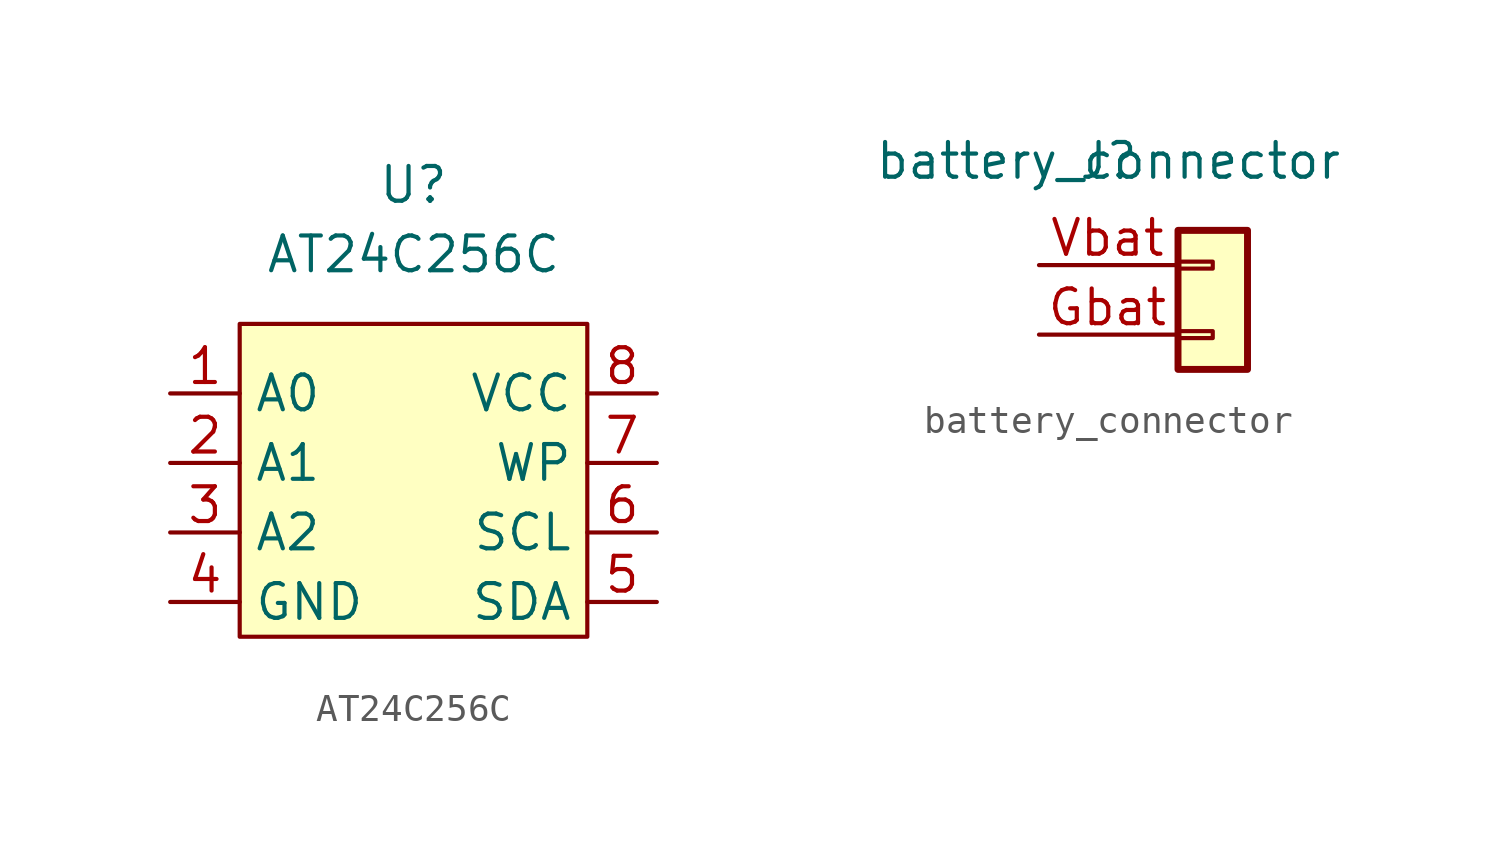
<source format=kicad_sym>
(kicad_symbol_lib
  (version 20211014)
  (generator kicad_symbol_editor)
  (symbol "AT24C256C"
    (property "Reference" "U"
      (at 0 5.08 0)
      (effects (font (size 1.27 1.27))))
    (property "Value" "AT24C256C"
      (at 0 2.54 0)
      (effects (font (size 1.27 1.27))))
    (symbol "AT24C256C_0_1"
      (rectangle (start -6.35 0) (end 6.35 -11.43) (stroke (width 0) (type default) (color 0 0 0 0)) (fill (type background))))
    (symbol "AT24C256C_1_1"
      (pin bidirectional line (at -8.89 -2.54 0) (length 2.54) (name "A0" (effects (font (size 1.27 1.27)))) (number "1" (effects (font (size 1.27 1.27)))))
      (pin bidirectional line (at -8.89 -5.08 0) (length 2.54) (name "A1" (effects (font (size 1.27 1.27)))) (number "2" (effects (font (size 1.27 1.27)))))
      (pin bidirectional line (at -8.89 -7.62 0) (length 2.54) (name "A2" (effects (font (size 1.27 1.27)))) (number "3" (effects (font (size 1.27 1.27)))))
      (pin bidirectional line (at -8.89 -10.16 0) (length 2.54) (name "GND" (effects (font (size 1.27 1.27)))) (number "4" (effects (font (size 1.27 1.27)))))
      (pin bidirectional line (at 8.89 -10.16 180) (length 2.54) (name "SDA" (effects (font (size 1.27 1.27)))) (number "5" (effects (font (size 1.27 1.27)))))
      (pin bidirectional line (at 8.89 -7.62 180) (length 2.54) (name "SCL" (effects (font (size 1.27 1.27)))) (number "6" (effects (font (size 1.27 1.27)))))
      (pin bidirectional line (at 8.89 -5.08 180) (length 2.54) (name "WP" (effects (font (size 1.27 1.27)))) (number "7" (effects (font (size 1.27 1.27)))))
      (pin bidirectional line (at 8.89 -2.54 180) (length 2.54) (name "VCC" (effects (font (size 1.27 1.27)))) (number "8" (effects (font (size 1.27 1.27)))))))
  (symbol "battery_connector"
    (property "Reference" "J"
      (at 0 0 0)
      (effects (font (size 1.27 1.27))))
    (property "Value" "battery_connector"
      (at 0 0 0)
      (effects (font (size 1.27 1.27))))
    (symbol "battery_connector_1_1"
      (rectangle (start 2.54 -6.223) (end 3.81 -6.477) (stroke (width 0.152) (type default) (color 0 0 0 0)) (fill (type none)))
      (rectangle (start 2.54 -3.683) (end 3.81 -3.937) (stroke (width 0.152) (type default) (color 0 0 0 0)) (fill (type none)))
      (rectangle (start 2.54 -2.54) (end 5.08 -7.62) (stroke (width 0.254) (type default) (color 0 0 0 0)) (fill (type background)))
      (pin passive line (at -2.54 -6.35 0) (length 5) (name "" (effects (font (size 1.27 1.27)))) (number "Gbat" (effects (font (size 1.27 1.27)))))
      (pin passive line (at -2.54 -3.81 0) (length 5) (name "" (effects (font (size 1.27 1.27)))) (number "Vbat" (effects (font (size 1.27 1.27))))))))
</source>
